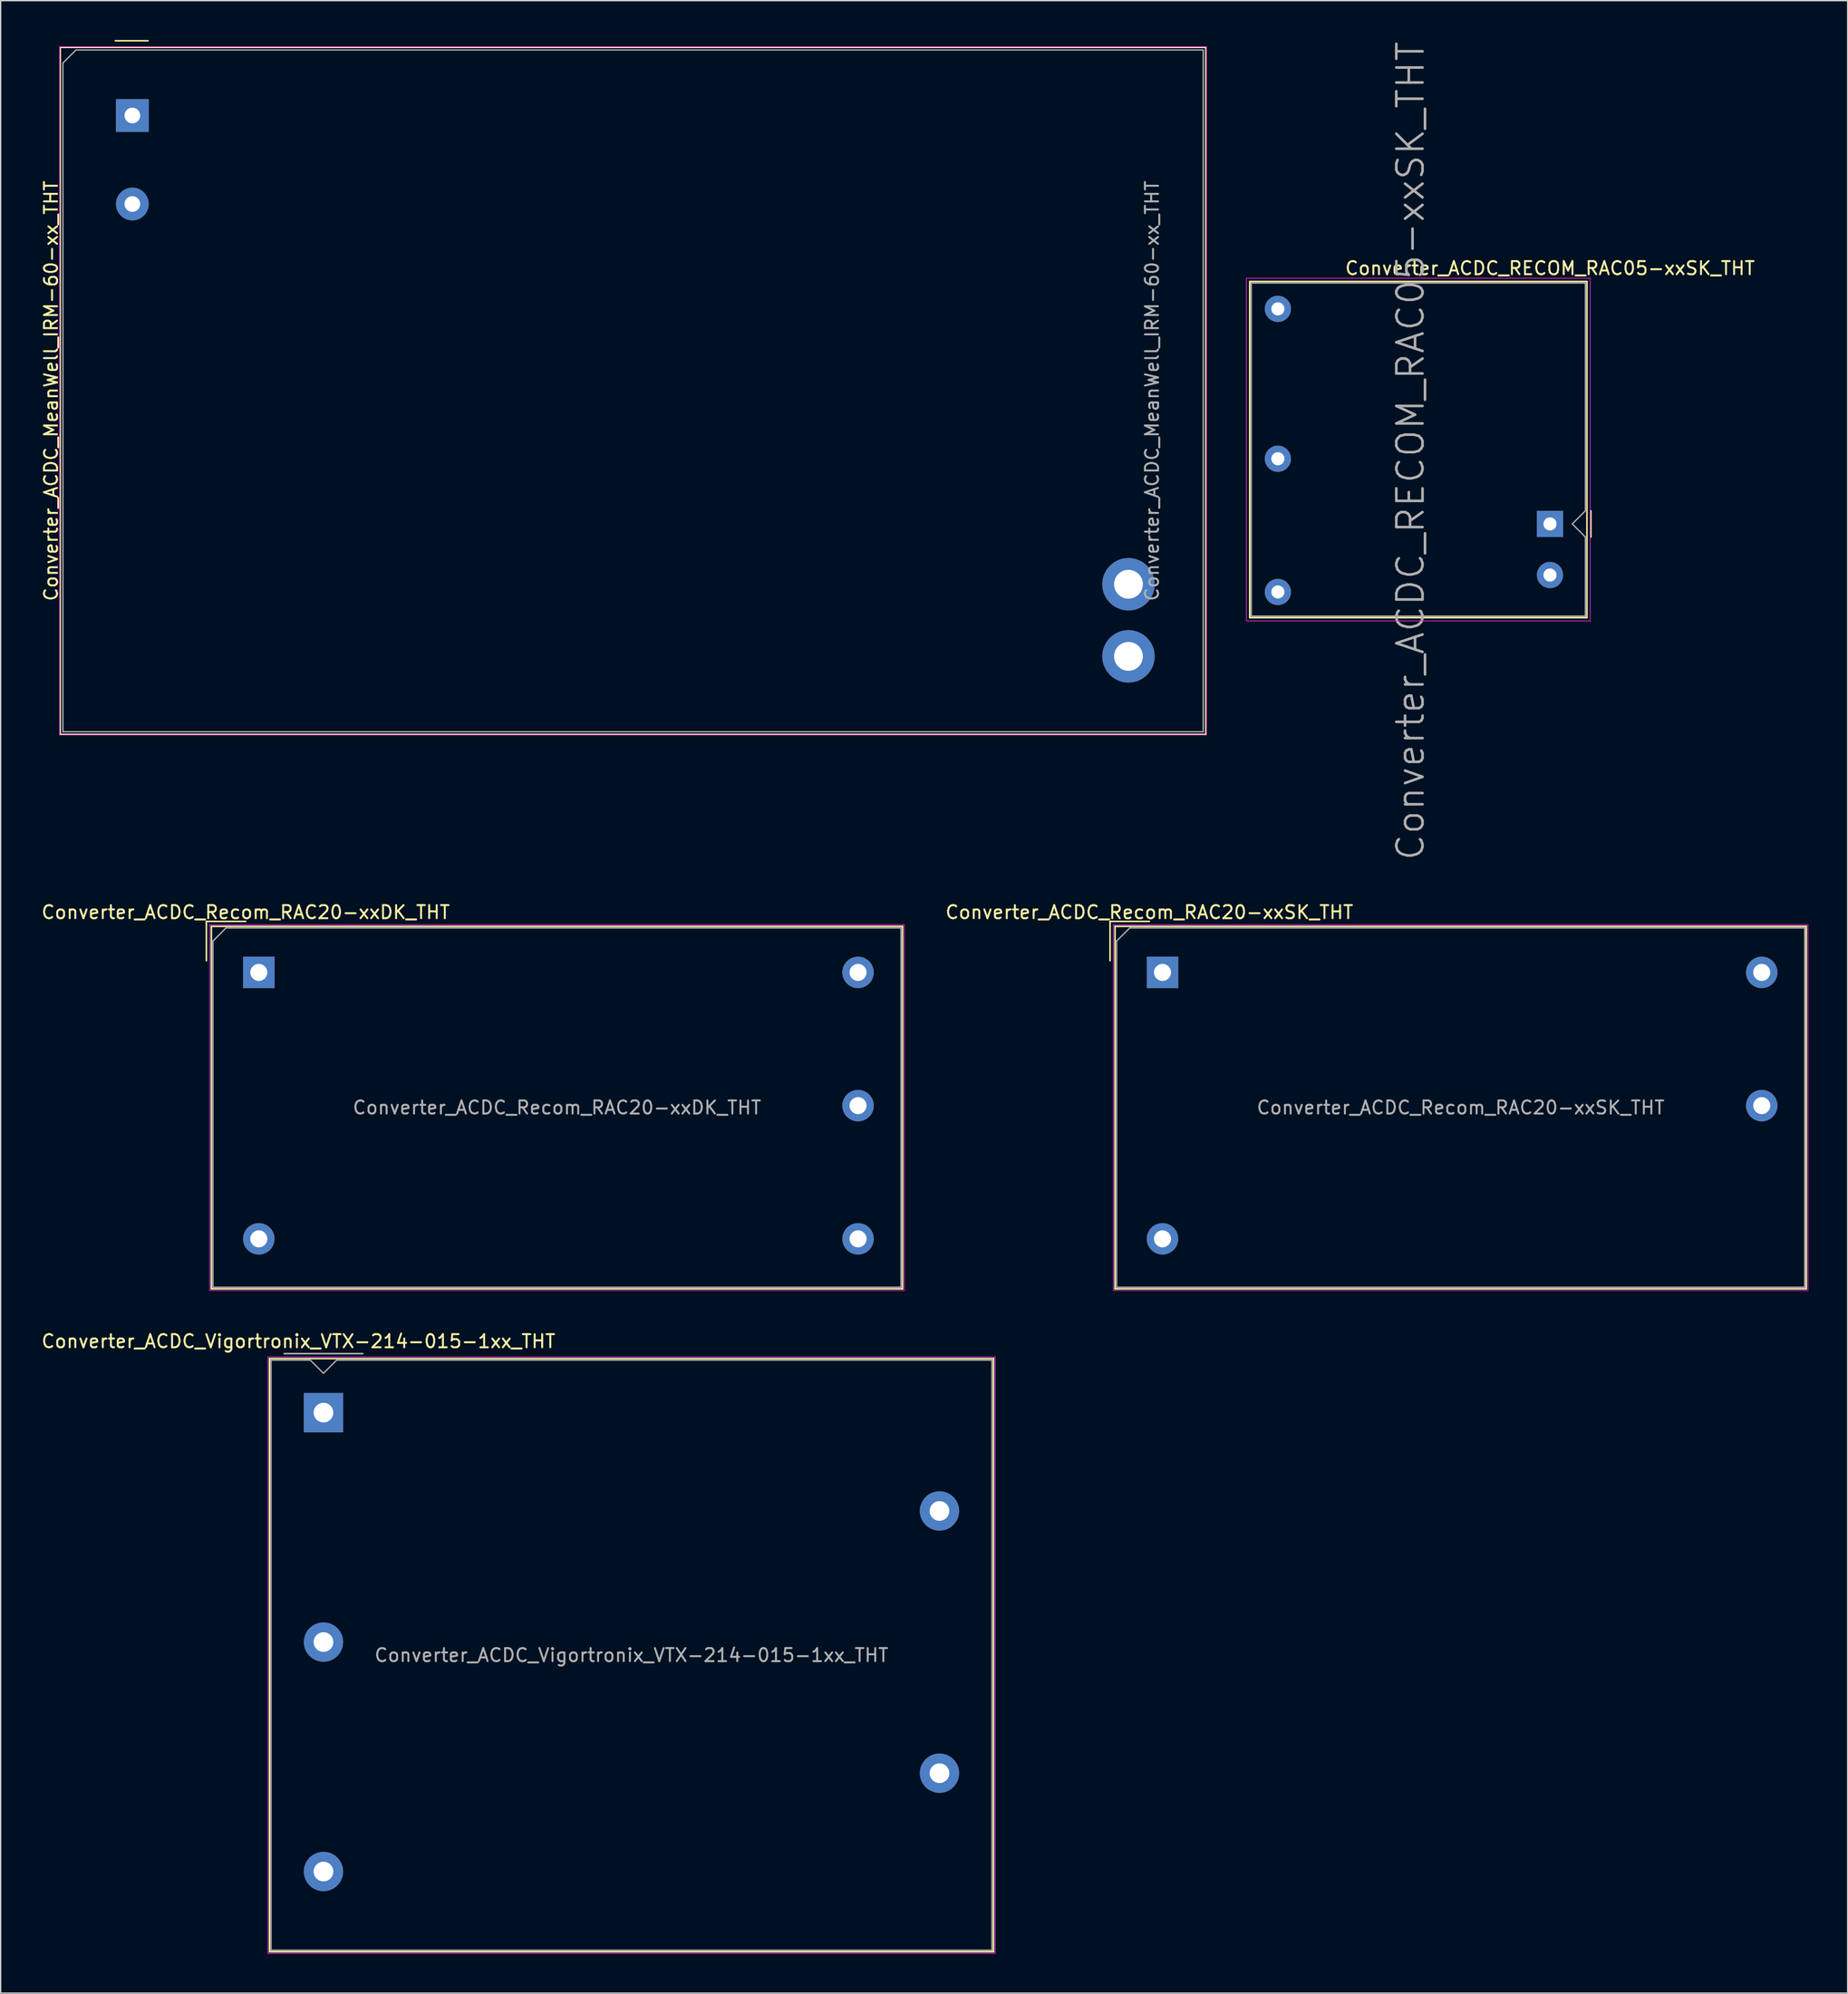
<source format=kicad_pcb>
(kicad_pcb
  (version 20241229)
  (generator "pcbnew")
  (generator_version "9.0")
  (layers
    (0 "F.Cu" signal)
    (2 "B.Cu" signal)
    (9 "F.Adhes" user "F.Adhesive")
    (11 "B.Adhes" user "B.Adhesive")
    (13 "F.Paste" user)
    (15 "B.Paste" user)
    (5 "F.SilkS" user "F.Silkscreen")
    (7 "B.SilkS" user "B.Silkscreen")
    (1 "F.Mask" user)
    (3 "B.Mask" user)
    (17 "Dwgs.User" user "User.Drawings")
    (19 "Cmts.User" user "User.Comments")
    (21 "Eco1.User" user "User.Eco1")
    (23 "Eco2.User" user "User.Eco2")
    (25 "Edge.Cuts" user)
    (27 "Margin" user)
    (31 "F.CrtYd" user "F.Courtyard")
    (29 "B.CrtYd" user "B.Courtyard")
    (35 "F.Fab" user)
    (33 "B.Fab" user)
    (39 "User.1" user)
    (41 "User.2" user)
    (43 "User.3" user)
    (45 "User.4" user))
  (footprint "Converter_ACDC_Recom_RAC20-xxDK_THT"
    (layer "F.Cu")
    (at 16.696 71.114)
    (property "Reference" "Converter_ACDC_Recom_RAC20-xxDK_THT" (at -1 -4.59 0) (layer "F.SilkS") (effects (font (size 1 1) (thickness 0.15))))
    (attr through_hole)
    (fp_line (start -4 -3.89) (end -1 -3.89) (stroke (width 0.12) (type solid)) (layer "F.SilkS"))
    (fp_line (start -4 -0.89) (end -4 -3.89) (stroke (width 0.12) (type solid)) (layer "F.SilkS"))
    (fp_line (start -3.62 -3.51) (end -3.62 24.13) (stroke (width 0.12) (type solid)) (layer "F.SilkS"))
    (fp_line (start -3.62 -3.51) (end 49.12 -3.51) (stroke (width 0.12) (type solid)) (layer "F.SilkS"))
    (fp_line (start -3.62 24.13) (end 49.12 24.13) (stroke (width 0.12) (type solid)) (layer "F.SilkS"))
    (fp_line (start 49.12 -3.51) (end 49.12 24.13) (stroke (width 0.12) (type solid)) (layer "F.SilkS"))
    (fp_line (start -3.75 -3.64) (end -3.75 24.26) (stroke (width 0.05) (type solid)) (layer "F.CrtYd"))
    (fp_line (start -3.75 -3.64) (end 49.25 -3.64) (stroke (width 0.05) (type solid)) (layer "F.CrtYd"))
    (fp_line (start -3.75 24.26) (end 49.25 24.26) (stroke (width 0.05) (type solid)) (layer "F.CrtYd"))
    (fp_line (start 49.25 -3.64) (end 49.25 24.26) (stroke (width 0.05) (type solid)) (layer "F.CrtYd"))
    (fp_line (start -3.5 -2.39) (end -2.5 -3.39) (stroke (width 0.1) (type solid)) (layer "F.Fab"))
    (fp_line (start -3.5 24.01) (end -3.5 -2.39) (stroke (width 0.1) (type solid)) (layer "F.Fab"))
    (fp_line (start -2.5 -3.39) (end 49 -3.39) (stroke (width 0.1) (type solid)) (layer "F.Fab"))
    (fp_line (start 49 -3.39) (end 49 24.01) (stroke (width 0.1) (type solid)) (layer "F.Fab"))
    (fp_line (start 49 24.01) (end -3.5 24.01) (stroke (width 0.1) (type solid)) (layer "F.Fab"))
    (fp_text user "${REFERENCE}" (at 22.75 10.31 0) (layer "F.Fab") (effects (font (size 1 1) (thickness 0.15))))
    (pad "1" thru_hole rect (at 0 0) (size 2.4 2.4) (drill 1.3) (layers "*.Cu" "*.Mask"))
    (pad "2" thru_hole circle (at 0 20.32) (size 2.4 2.4) (drill 1.3) (layers "*.Cu" "*.Mask"))
    (pad "3" thru_hole circle (at 45.72 20.32) (size 2.4 2.4) (drill 1.3) (layers "*.Cu" "*.Mask"))
    (pad "4" thru_hole circle (at 45.72 10.16) (size 2.4 2.4) (drill 1.3) (layers "*.Cu" "*.Mask"))
    (pad "5" thru_hole circle (at 45.72 0) (size 2.4 2.4) (drill 1.3) (layers "*.Cu" "*.Mask")))
  (footprint "Converter_ACDC_RECOM_RAC05-xxSK_THT"
    (layer "F.Cu")
    (at 115.208 36.908)
    (property "Reference" "Converter_ACDC_RECOM_RAC05-xxSK_THT" (at 0 -19.5 180) (layer "F.SilkS") (effects (font (size 1 1) (thickness 0.15))))
    (attr through_hole)
    (fp_line (start -22.91 -18.49) (end -22.91 7.15) (stroke (width 0.12) (type solid)) (layer "F.SilkS"))
    (fp_line (start 2.82 -18.49) (end -22.91 -18.49) (stroke (width 0.12) (type solid)) (layer "F.SilkS"))
    (fp_line (start 2.82 7.15) (end -22.91 7.15) (stroke (width 0.12) (type solid)) (layer "F.SilkS"))
    (fp_line (start 2.82 7.15) (end 2.82 -18.49) (stroke (width 0.12) (type solid)) (layer "F.SilkS"))
    (fp_line (start 3.12 1) (end 3.12 -1) (stroke (width 0.12) (type solid)) (layer "F.SilkS"))
    (fp_line (start -23.16 -18.74) (end -23.16 7.4) (stroke (width 0.05) (type solid)) (layer "F.CrtYd"))
    (fp_line (start -23.16 7.4) (end 3.07 7.4) (stroke (width 0.05) (type solid)) (layer "F.CrtYd"))
    (fp_line (start 3.07 -18.74) (end -23.16 -18.74) (stroke (width 0.05) (type solid)) (layer "F.CrtYd"))
    (fp_line (start 3.07 -18.74) (end 3.07 7.4) (stroke (width 0.05) (type solid)) (layer "F.CrtYd"))
    (fp_line (start -22.79 -18.37) (end -22.79 7.03) (stroke (width 0.1) (type solid)) (layer "F.Fab"))
    (fp_line (start 2.7 -18.37) (end -22.79 -18.37) (stroke (width 0.1) (type solid)) (layer "F.Fab"))
    (fp_line (start 2.7 -1) (end 1.7 0) (stroke (width 0.1) (type solid)) (layer "F.Fab"))
    (fp_line (start 2.7 -1) (end 2.7 -18.37) (stroke (width 0.1) (type solid)) (layer "F.Fab"))
    (fp_line (start 2.7 1) (end 1.7 0) (stroke (width 0.1) (type solid)) (layer "F.Fab"))
    (fp_line (start 2.7 7.03) (end -22.79 7.03) (stroke (width 0.1) (type solid)) (layer "F.Fab"))
    (fp_line (start 2.7 7.03) (end 2.7 1) (stroke (width 0.1) (type solid)) (layer "F.Fab"))
    (fp_text user "${REFERENCE}" (at -10.64 -5.57 90) (layer "F.Fab") (effects (font (size 2 2) (thickness 0.2))))
    (pad "1" thru_hole rect (at 0 0 270) (size 2 2) (drill 1) (layers "*.Cu" "*.Mask"))
    (pad "2" thru_hole circle (at 0 3.9 270) (size 2 2) (drill 1) (layers "*.Cu" "*.Mask"))
    (pad "3" thru_hole circle (at -20.76 -16.4 180) (size 2 2) (drill 1) (layers "*.Cu" "*.Mask"))
    (pad "4" thru_hole circle (at -20.76 -4.97 270) (size 2 2) (drill 1) (layers "*.Cu" "*.Mask"))
    (pad "5" thru_hole circle (at -20.76 5.19 270) (size 2 2) (drill 1) (layers "*.Cu" "*.Mask")))
  (footprint "Converter_ACDC_Recom_RAC20-xxSK_THT"
    (layer "F.Cu")
    (at 85.644 71.114)
    (property "Reference" "Converter_ACDC_Recom_RAC20-xxSK_THT" (at -1 -4.59 0) (layer "F.SilkS") (effects (font (size 1 1) (thickness 0.15))))
    (attr through_hole)
    (fp_line (start -4 -3.89) (end -1 -3.89) (stroke (width 0.12) (type solid)) (layer "F.SilkS"))
    (fp_line (start -4 -0.89) (end -4 -3.89) (stroke (width 0.12) (type solid)) (layer "F.SilkS"))
    (fp_line (start -3.62 -3.51) (end -3.62 24.13) (stroke (width 0.12) (type solid)) (layer "F.SilkS"))
    (fp_line (start -3.62 -3.51) (end 49.12 -3.51) (stroke (width 0.12) (type solid)) (layer "F.SilkS"))
    (fp_line (start -3.62 24.13) (end 49.12 24.13) (stroke (width 0.12) (type solid)) (layer "F.SilkS"))
    (fp_line (start 49.12 -3.51) (end 49.12 24.13) (stroke (width 0.12) (type solid)) (layer "F.SilkS"))
    (fp_line (start -3.75 -3.64) (end -3.75 24.26) (stroke (width 0.05) (type solid)) (layer "F.CrtYd"))
    (fp_line (start -3.75 -3.64) (end 49.25 -3.64) (stroke (width 0.05) (type solid)) (layer "F.CrtYd"))
    (fp_line (start -3.75 24.26) (end 49.25 24.26) (stroke (width 0.05) (type solid)) (layer "F.CrtYd"))
    (fp_line (start 49.25 -3.64) (end 49.25 24.26) (stroke (width 0.05) (type solid)) (layer "F.CrtYd"))
    (fp_line (start -3.5 -2.39) (end -2.5 -3.39) (stroke (width 0.1) (type solid)) (layer "F.Fab"))
    (fp_line (start -3.5 24.01) (end -3.5 -2.39) (stroke (width 0.1) (type solid)) (layer "F.Fab"))
    (fp_line (start -2.5 -3.39) (end 49 -3.39) (stroke (width 0.1) (type solid)) (layer "F.Fab"))
    (fp_line (start 49 -3.39) (end 49 24.01) (stroke (width 0.1) (type solid)) (layer "F.Fab"))
    (fp_line (start 49 24.01) (end -3.5 24.01) (stroke (width 0.1) (type solid)) (layer "F.Fab"))
    (fp_text user "${REFERENCE}" (at 22.75 10.31 0) (layer "F.Fab") (effects (font (size 1 1) (thickness 0.15))))
    (pad "1" thru_hole rect (at 0 0) (size 2.4 2.4) (drill 1.3) (layers "*.Cu" "*.Mask"))
    (pad "2" thru_hole circle (at 0 20.32) (size 2.4 2.4) (drill 1.3) (layers "*.Cu" "*.Mask"))
    (pad "4" thru_hole circle (at 45.72 10.16) (size 2.4 2.4) (drill 1.3) (layers "*.Cu" "*.Mask"))
    (pad "5" thru_hole circle (at 45.72 0) (size 2.4 2.4) (drill 1.3) (layers "*.Cu" "*.Mask")))
  (footprint "Converter_ACDC_Vigortronix_VTX-214-015-1xx_THT"
    (layer "F.Cu")
    (at 21.63 104.688)
    (property "Reference" "Converter_ACDC_Vigortronix_VTX-214-015-1xx_THT" (at -1.91 -5.44 0) (layer "F.SilkS") (effects (font (size 1 1) (thickness 0.15))))
    (attr through_hole)
    (fp_line (start -4.12 -4.12) (end 51.12 -4.12) (stroke (width 0.12) (type solid)) (layer "F.SilkS"))
    (fp_line (start -4.12 41.12) (end -4.12 -4.12) (stroke (width 0.12) (type solid)) (layer "F.SilkS"))
    (fp_line (start 51.12 -4.12) (end 51.12 41.12) (stroke (width 0.12) (type solid)) (layer "F.SilkS"))
    (fp_line (start 51.12 41.12) (end -4.12 41.12) (stroke (width 0.12) (type solid)) (layer "F.SilkS"))
    (fp_line (start -4.25 -4.25) (end 51.25 -4.25) (stroke (width 0.05) (type solid)) (layer "F.CrtYd"))
    (fp_line (start -4.25 41.25) (end -4.25 -4.25) (stroke (width 0.05) (type solid)) (layer "F.CrtYd"))
    (fp_line (start 51.25 -4.25) (end 51.25 41.25) (stroke (width 0.05) (type solid)) (layer "F.CrtYd"))
    (fp_line (start 51.25 41.25) (end -4.25 41.25) (stroke (width 0.05) (type solid)) (layer "F.CrtYd"))
    (fp_line (start -4 -4) (end -1 -4) (stroke (width 0.1) (type solid)) (layer "F.Fab"))
    (fp_line (start -4 41) (end -4 -4) (stroke (width 0.1) (type solid)) (layer "F.Fab"))
    (fp_line (start -3 -4.5) (end 3 -4.5) (stroke (width 0.12) (type solid)) (layer "F.Fab"))
    (fp_line (start -1 -4) (end 0 -3) (stroke (width 0.1) (type solid)) (layer "F.Fab"))
    (fp_line (start 0 -3) (end 1 -4) (stroke (width 0.1) (type solid)) (layer "F.Fab"))
    (fp_line (start 1 -4) (end 51 -4) (stroke (width 0.1) (type solid)) (layer "F.Fab"))
    (fp_line (start 51 -4) (end 51 41) (stroke (width 0.1) (type solid)) (layer "F.Fab"))
    (fp_line (start 51 41) (end -4 41) (stroke (width 0.1) (type solid)) (layer "F.Fab"))
    (fp_text user "${REFERENCE}" (at 23.5 18.5 0) (layer "F.Fab") (effects (font (size 1 1) (thickness 0.15))))
    (pad "1" thru_hole rect (at 0 0) (size 3 3) (drill 1.5) (layers "*.Cu" "*.Mask"))
    (pad "2" thru_hole circle (at 0 17.5) (size 3 3) (drill 1.5) (layers "*.Cu" "*.Mask"))
    (pad "3" thru_hole circle (at 0 35) (size 3 3) (drill 1.5) (layers "*.Cu" "*.Mask"))
    (pad "4" thru_hole circle (at 47 27.5) (size 3 3) (drill 1.5) (layers "*.Cu" "*.Mask"))
    (pad "5" thru_hole circle (at 47 7.5) (size 3 3) (drill 1.5) (layers "*.Cu" "*.Mask")))
  (footprint "Converter_ACDC_MeanWell_IRM-60-xx_THT"
    (layer "F.Cu")
    (at 7.048 5.76)
    (property "Reference" "Converter_ACDC_MeanWell_IRM-60-xx_THT" (at -6.2 21 90) (layer "F.SilkS") (effects (font (size 1 1) (thickness 0.15))))
    (attr through_hole)
    (fp_line (start -5.5 -5.2) (end -5.5 47.2) (stroke (width 0.12) (type solid)) (layer "F.SilkS"))
    (fp_line (start -5.5 47.2) (end 81.9 47.2) (stroke (width 0.12) (type solid)) (layer "F.SilkS"))
    (fp_line (start -1.3 -5.7) (end 1.2 -5.7) (stroke (width 0.12) (type solid)) (layer "F.SilkS"))
    (fp_line (start 81.9 -5.2) (end -5.5 -5.2) (stroke (width 0.12) (type solid)) (layer "F.SilkS"))
    (fp_line (start 81.9 47.2) (end 81.9 -5.2) (stroke (width 0.12) (type solid)) (layer "F.SilkS"))
    (fp_line (start -5.55 -5.25) (end 81.95 -5.25) (stroke (width 0.05) (type solid)) (layer "F.CrtYd"))
    (fp_line (start -5.55 47.25) (end -5.55 -5.25) (stroke (width 0.05) (type solid)) (layer "F.CrtYd"))
    (fp_line (start 81.95 -5.25) (end 81.95 47.25) (stroke (width 0.05) (type solid)) (layer "F.CrtYd"))
    (fp_line (start 81.95 47.25) (end -5.55 47.25) (stroke (width 0.05) (type solid)) (layer "F.CrtYd"))
    (fp_line (start -5.3 -4) (end -4.3 -5) (stroke (width 0.1) (type solid)) (layer "F.Fab"))
    (fp_line (start -5.3 47) (end -5.3 -4) (stroke (width 0.1) (type solid)) (layer "F.Fab"))
    (fp_line (start -5.3 47) (end 81.7 47) (stroke (width 0.1) (type solid)) (layer "F.Fab"))
    (fp_line (start -4.3 -5) (end 81.7 -5) (stroke (width 0.1) (type solid)) (layer "F.Fab"))
    (fp_line (start 81.7 47) (end 81.7 -5) (stroke (width 0.1) (type solid)) (layer "F.Fab"))
    (fp_text user "${REFERENCE}" (at 77.8 21 90) (layer "F.Fab") (effects (font (size 1 1) (thickness 0.15))))
    (pad "1" thru_hole rect (at 0 0) (size 2.5 2.5) (drill 1.2) (layers "*.Cu" "*.Mask"))
    (pad "2" thru_hole circle (at 0 6.75) (size 2.5 2.5) (drill 1.2) (layers "*.Cu" "*.Mask"))
    (pad "3" thru_hole circle (at 76 41.25) (size 4 4) (drill 2.2) (layers "*.Cu" "*.Mask"))
    (pad "4" thru_hole circle (at 76 35.75) (size 4 4) (drill 2.2) (layers "*.Cu" "*.Mask")))
  (gr_rect
    (start -3 -3)
    (end 137.919 148.963)
    (stroke (width 0.1) (type default))
    (fill no)
    (layer "Edge.Cuts")))
</source>
